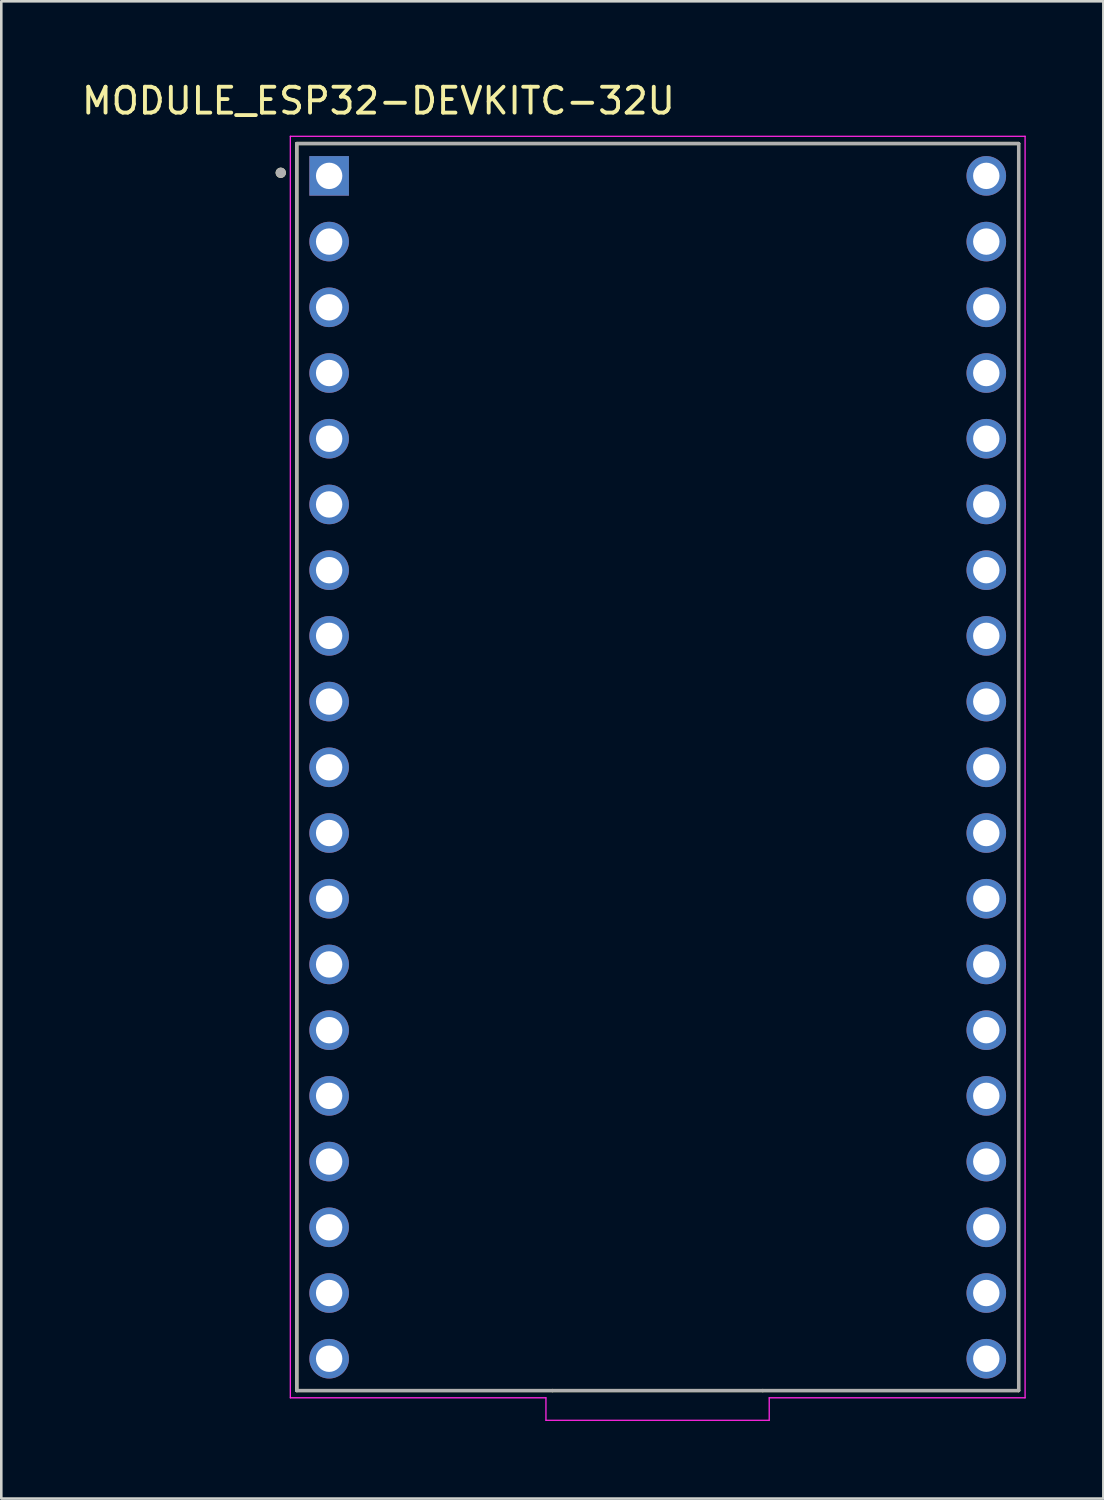
<source format=kicad_pcb>
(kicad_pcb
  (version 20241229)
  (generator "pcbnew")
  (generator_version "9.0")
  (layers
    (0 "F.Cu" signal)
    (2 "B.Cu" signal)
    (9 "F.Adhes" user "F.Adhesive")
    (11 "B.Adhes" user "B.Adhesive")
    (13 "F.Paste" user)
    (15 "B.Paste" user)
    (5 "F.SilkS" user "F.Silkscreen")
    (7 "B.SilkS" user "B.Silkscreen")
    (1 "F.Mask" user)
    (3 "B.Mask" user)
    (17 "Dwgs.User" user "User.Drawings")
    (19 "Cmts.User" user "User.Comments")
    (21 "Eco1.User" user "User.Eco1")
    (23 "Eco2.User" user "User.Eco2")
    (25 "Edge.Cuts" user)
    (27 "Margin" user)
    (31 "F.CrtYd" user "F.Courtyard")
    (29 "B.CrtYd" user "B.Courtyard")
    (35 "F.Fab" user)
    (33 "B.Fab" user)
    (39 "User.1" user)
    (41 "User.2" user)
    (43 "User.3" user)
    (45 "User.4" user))
  (footprint "MODULE_ESP32-DEVKITC-32U"
    (layer "F.Cu")
    (at 22.372 26.598)
    (property "Reference" "MODULE_ESP32-DEVKITC-32U" (at -10.795 -25.75 0) (layer "F.SilkS") (effects (font (size 1 1) (thickness 0.15))))
    (attr through_hole)
    (fp_line (start -13.95 -24.1) (end -13.95 24.1) (stroke (width 0.127) (type solid)) (layer "F.SilkS"))
    (fp_line (start -13.95 24.1) (end -4.07 24.1) (stroke (width 0.127) (type solid)) (layer "F.SilkS"))
    (fp_line (start -4.07 24.1) (end 4.06 24.1) (stroke (width 0.127) (type solid)) (layer "F.SilkS"))
    (fp_line (start 4.06 24.1) (end 13.95 24.1) (stroke (width 0.127) (type solid)) (layer "F.SilkS"))
    (fp_line (start 13.95 -24.1) (end -13.95 -24.1) (stroke (width 0.127) (type solid)) (layer "F.SilkS"))
    (fp_line (start 13.95 24.1) (end 13.95 -24.1) (stroke (width 0.127) (type solid)) (layer "F.SilkS"))
    (fp_circle (center -14.57 -22.97) (end -14.47 -22.97) (stroke (width 0.2) (type solid)) (fill no) (layer "F.SilkS"))
    (fp_line (start -14.2 -24.38) (end -14.2 24.38) (stroke (width 0.05) (type solid)) (layer "F.CrtYd"))
    (fp_line (start -14.2 -24.38) (end 14.2 -24.38) (stroke (width 0.05) (type solid)) (layer "F.CrtYd"))
    (fp_line (start -14.2 24.38) (end -4.32 24.38) (stroke (width 0.05) (type solid)) (layer "F.CrtYd"))
    (fp_line (start -4.32 24.38) (end -4.32 25.25) (stroke (width 0.05) (type solid)) (layer "F.CrtYd"))
    (fp_line (start -4.32 25.25) (end 4.31 25.25) (stroke (width 0.05) (type solid)) (layer "F.CrtYd"))
    (fp_line (start 4.31 24.38) (end 14.2 24.38) (stroke (width 0.05) (type solid)) (layer "F.CrtYd"))
    (fp_line (start 4.31 25.25) (end 4.31 24.38) (stroke (width 0.05) (type solid)) (layer "F.CrtYd"))
    (fp_line (start 14.2 24.38) (end 14.2 -24.38) (stroke (width 0.05) (type solid)) (layer "F.CrtYd"))
    (fp_line (start -13.95 -24.1) (end -13.95 24.1) (stroke (width 0.127) (type solid)) (layer "F.Fab"))
    (fp_line (start -13.95 24.1) (end -4.07 24.1) (stroke (width 0.127) (type solid)) (layer "F.Fab"))
    (fp_line (start -4.07 24.1) (end 4.06 24.1) (stroke (width 0.127) (type solid)) (layer "F.Fab"))
    (fp_line (start 4.06 24.1) (end 13.95 24.1) (stroke (width 0.127) (type solid)) (layer "F.Fab"))
    (fp_line (start 13.95 -24.1) (end -13.95 -24.1) (stroke (width 0.127) (type solid)) (layer "F.Fab"))
    (fp_line (start 13.95 24.1) (end 13.95 -24.1) (stroke (width 0.127) (type solid)) (layer "F.Fab"))
    (fp_circle (center -14.57 -22.97) (end -14.47 -22.97) (stroke (width 0.2) (type solid)) (fill no) (layer "F.Fab"))
    (pad "1" thru_hole rect (at -12.7 -22.85) (size 1.53 1.53) (drill 1.02) (layers "*.Cu" "*.Mask"))
    (pad "2" thru_hole circle (at -12.7 -20.31) (size 1.53 1.53) (drill 1.02) (layers "*.Cu" "*.Mask"))
    (pad "3" thru_hole circle (at -12.7 -17.77) (size 1.53 1.53) (drill 1.02) (layers "*.Cu" "*.Mask"))
    (pad "4" thru_hole circle (at -12.7 -15.23) (size 1.53 1.53) (drill 1.02) (layers "*.Cu" "*.Mask"))
    (pad "5" thru_hole circle (at -12.7 -12.69) (size 1.53 1.53) (drill 1.02) (layers "*.Cu" "*.Mask"))
    (pad "6" thru_hole circle (at -12.7 -10.15) (size 1.53 1.53) (drill 1.02) (layers "*.Cu" "*.Mask"))
    (pad "7" thru_hole circle (at -12.7 -7.61) (size 1.53 1.53) (drill 1.02) (layers "*.Cu" "*.Mask"))
    (pad "8" thru_hole circle (at -12.7 -5.07) (size 1.53 1.53) (drill 1.02) (layers "*.Cu" "*.Mask"))
    (pad "9" thru_hole circle (at -12.7 -2.53) (size 1.53 1.53) (drill 1.02) (layers "*.Cu" "*.Mask"))
    (pad "10" thru_hole circle (at -12.7 0.01) (size 1.53 1.53) (drill 1.02) (layers "*.Cu" "*.Mask"))
    (pad "11" thru_hole circle (at -12.7 2.55) (size 1.53 1.53) (drill 1.02) (layers "*.Cu" "*.Mask"))
    (pad "12" thru_hole circle (at -12.7 5.09) (size 1.53 1.53) (drill 1.02) (layers "*.Cu" "*.Mask"))
    (pad "13" thru_hole circle (at -12.7 7.63) (size 1.53 1.53) (drill 1.02) (layers "*.Cu" "*.Mask"))
    (pad "14" thru_hole circle (at -12.7 10.17) (size 1.53 1.53) (drill 1.02) (layers "*.Cu" "*.Mask"))
    (pad "15" thru_hole circle (at -12.7 12.71) (size 1.53 1.53) (drill 1.02) (layers "*.Cu" "*.Mask"))
    (pad "16" thru_hole circle (at -12.7 15.25) (size 1.53 1.53) (drill 1.02) (layers "*.Cu" "*.Mask"))
    (pad "17" thru_hole circle (at -12.7 17.79) (size 1.53 1.53) (drill 1.02) (layers "*.Cu" "*.Mask"))
    (pad "18" thru_hole circle (at -12.7 20.33) (size 1.53 1.53) (drill 1.02) (layers "*.Cu" "*.Mask"))
    (pad "19" thru_hole circle (at -12.7 22.87) (size 1.53 1.53) (drill 1.02) (layers "*.Cu" "*.Mask"))
    (pad "20" thru_hole circle (at 12.7 22.87) (size 1.53 1.53) (drill 1.02) (layers "*.Cu" "*.Mask"))
    (pad "21" thru_hole circle (at 12.7 20.33) (size 1.53 1.53) (drill 1.02) (layers "*.Cu" "*.Mask"))
    (pad "22" thru_hole circle (at 12.7 17.79) (size 1.53 1.53) (drill 1.02) (layers "*.Cu" "*.Mask"))
    (pad "23" thru_hole circle (at 12.7 15.25) (size 1.53 1.53) (drill 1.02) (layers "*.Cu" "*.Mask"))
    (pad "24" thru_hole circle (at 12.7 12.71) (size 1.53 1.53) (drill 1.02) (layers "*.Cu" "*.Mask"))
    (pad "25" thru_hole circle (at 12.7 10.17) (size 1.53 1.53) (drill 1.02) (layers "*.Cu" "*.Mask"))
    (pad "26" thru_hole circle (at 12.7 7.63) (size 1.53 1.53) (drill 1.02) (layers "*.Cu" "*.Mask"))
    (pad "27" thru_hole circle (at 12.7 5.09) (size 1.53 1.53) (drill 1.02) (layers "*.Cu" "*.Mask"))
    (pad "28" thru_hole circle (at 12.7 2.55) (size 1.53 1.53) (drill 1.02) (layers "*.Cu" "*.Mask"))
    (pad "29" thru_hole circle (at 12.7 0.01) (size 1.53 1.53) (drill 1.02) (layers "*.Cu" "*.Mask"))
    (pad "30" thru_hole circle (at 12.7 -2.53) (size 1.53 1.53) (drill 1.02) (layers "*.Cu" "*.Mask"))
    (pad "31" thru_hole circle (at 12.7 -5.07) (size 1.53 1.53) (drill 1.02) (layers "*.Cu" "*.Mask"))
    (pad "32" thru_hole circle (at 12.7 -7.61) (size 1.53 1.53) (drill 1.02) (layers "*.Cu" "*.Mask"))
    (pad "33" thru_hole circle (at 12.7 -10.15) (size 1.53 1.53) (drill 1.02) (layers "*.Cu" "*.Mask"))
    (pad "34" thru_hole circle (at 12.7 -12.69) (size 1.53 1.53) (drill 1.02) (layers "*.Cu" "*.Mask"))
    (pad "35" thru_hole circle (at 12.7 -15.23) (size 1.53 1.53) (drill 1.02) (layers "*.Cu" "*.Mask"))
    (pad "36" thru_hole circle (at 12.7 -17.77) (size 1.53 1.53) (drill 1.02) (layers "*.Cu" "*.Mask"))
    (pad "37" thru_hole circle (at 12.7 -20.31) (size 1.53 1.53) (drill 1.02) (layers "*.Cu" "*.Mask"))
    (pad "38" thru_hole circle (at 12.7 -22.85) (size 1.53 1.53) (drill 1.02) (layers "*.Cu" "*.Mask")))
  (gr_rect
    (start -3 -3)
    (end 39.597 54.873)
    (stroke (width 0.1) (type default))
    (fill no)
    (layer "Edge.Cuts")))
</source>
